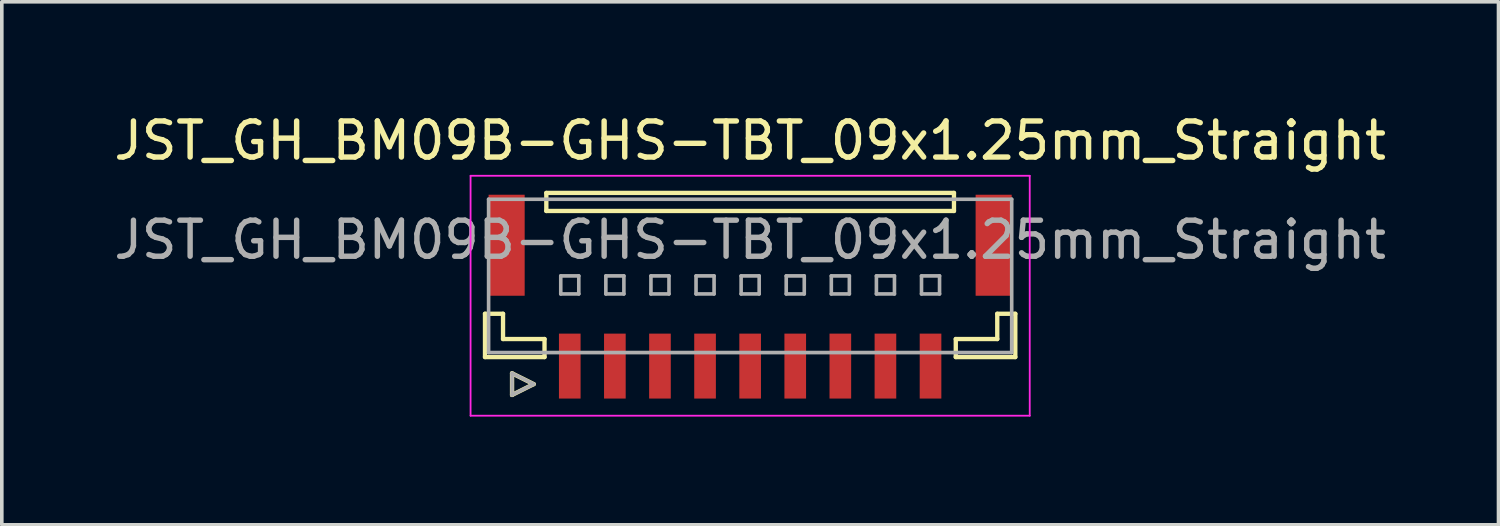
<source format=kicad_pcb>
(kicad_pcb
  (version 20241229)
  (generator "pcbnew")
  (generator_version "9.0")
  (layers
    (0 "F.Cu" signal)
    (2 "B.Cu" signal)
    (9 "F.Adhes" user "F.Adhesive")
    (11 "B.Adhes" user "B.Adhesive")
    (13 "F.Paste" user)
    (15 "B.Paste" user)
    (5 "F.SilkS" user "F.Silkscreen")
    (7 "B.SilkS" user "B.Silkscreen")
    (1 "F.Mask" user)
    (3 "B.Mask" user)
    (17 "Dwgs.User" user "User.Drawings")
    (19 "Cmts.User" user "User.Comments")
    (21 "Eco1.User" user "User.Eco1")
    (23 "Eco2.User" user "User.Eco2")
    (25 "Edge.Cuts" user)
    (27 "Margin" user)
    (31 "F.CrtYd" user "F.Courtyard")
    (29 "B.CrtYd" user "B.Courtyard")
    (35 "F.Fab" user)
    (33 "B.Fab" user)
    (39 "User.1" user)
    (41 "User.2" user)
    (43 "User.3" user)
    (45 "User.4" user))
  (footprint "JST_GH_BM09B-GHS-TBT_09x1.25mm_Straight"
    (layer "F.Cu")
    (at 17.744 5.423)
    (property "Reference" "JST_GH_BM09B-GHS-TBT_09x1.25mm_Straight" (at 0 -4.575 0) (layer "F.SilkS") (effects (font (size 1 1) (thickness 0.15))))
    (attr smd)
    (fp_line (start -7.35 0.225) (end -7.35 1.425) (stroke (width 0.12) (type solid)) (layer "F.SilkS"))
    (fp_line (start -7.35 1.425) (end -5.7 1.425) (stroke (width 0.12) (type solid)) (layer "F.SilkS"))
    (fp_line (start -6.85 0.225) (end -7.35 0.225) (stroke (width 0.12) (type solid)) (layer "F.SilkS"))
    (fp_line (start -6.85 0.925) (end -6.85 0.225) (stroke (width 0.12) (type solid)) (layer "F.SilkS"))
    (fp_line (start -6.6 1.875) (end -6 2.175) (stroke (width 0.12) (type solid)) (layer "F.SilkS"))
    (fp_line (start -6.6 2.475) (end -6.6 1.875) (stroke (width 0.12) (type solid)) (layer "F.SilkS"))
    (fp_line (start -6 2.175) (end -6.6 2.475) (stroke (width 0.12) (type solid)) (layer "F.SilkS"))
    (fp_line (start -5.7 0.925) (end -6.85 0.925) (stroke (width 0.12) (type solid)) (layer "F.SilkS"))
    (fp_line (start -5.7 1.425) (end -5.7 0.925) (stroke (width 0.12) (type solid)) (layer "F.SilkS"))
    (fp_line (start -5.65 -3.125) (end 5.65 -3.125) (stroke (width 0.12) (type solid)) (layer "F.SilkS"))
    (fp_line (start -5.65 -2.625) (end -5.65 -3.125) (stroke (width 0.12) (type solid)) (layer "F.SilkS"))
    (fp_line (start 5.65 -3.125) (end 5.65 -2.625) (stroke (width 0.12) (type solid)) (layer "F.SilkS"))
    (fp_line (start 5.65 -2.625) (end -5.65 -2.625) (stroke (width 0.12) (type solid)) (layer "F.SilkS"))
    (fp_line (start 5.7 0.925) (end 6.85 0.925) (stroke (width 0.12) (type solid)) (layer "F.SilkS"))
    (fp_line (start 5.7 1.425) (end 5.7 0.925) (stroke (width 0.12) (type solid)) (layer "F.SilkS"))
    (fp_line (start 6.85 0.225) (end 7.35 0.225) (stroke (width 0.12) (type solid)) (layer "F.SilkS"))
    (fp_line (start 6.85 0.925) (end 6.85 0.225) (stroke (width 0.12) (type solid)) (layer "F.SilkS"))
    (fp_line (start 7.35 0.225) (end 7.35 1.425) (stroke (width 0.12) (type solid)) (layer "F.SilkS"))
    (fp_line (start 7.35 1.425) (end 5.7 1.425) (stroke (width 0.12) (type solid)) (layer "F.SilkS"))
    (fp_line (start -7.75 -3.6) (end 7.75 -3.6) (stroke (width 0.05) (type solid)) (layer "F.CrtYd"))
    (fp_line (start -7.75 3.05) (end -7.75 -3.6) (stroke (width 0.05) (type solid)) (layer "F.CrtYd"))
    (fp_line (start 7.75 -3.6) (end 7.75 3.05) (stroke (width 0.05) (type solid)) (layer "F.CrtYd"))
    (fp_line (start 7.75 3.05) (end -7.75 3.05) (stroke (width 0.05) (type solid)) (layer "F.CrtYd"))
    (fp_line (start -7.25 -2.95) (end 7.25 -2.95) (stroke (width 0.1) (type solid)) (layer "F.Fab"))
    (fp_line (start -7.25 1.3) (end -7.25 -2.95) (stroke (width 0.1) (type solid)) (layer "F.Fab"))
    (fp_line (start -6.6 1.875) (end -6 2.175) (stroke (width 0.1) (type solid)) (layer "F.Fab"))
    (fp_line (start -6.6 2.475) (end -6.6 1.875) (stroke (width 0.1) (type solid)) (layer "F.Fab"))
    (fp_line (start -6 2.175) (end -6.6 2.475) (stroke (width 0.1) (type solid)) (layer "F.Fab"))
    (fp_line (start -5.25 -0.825) (end -4.75 -0.825) (stroke (width 0.1) (type solid)) (layer "F.Fab"))
    (fp_line (start -5.25 -0.325) (end -5.25 -0.825) (stroke (width 0.1) (type solid)) (layer "F.Fab"))
    (fp_line (start -4.75 -0.825) (end -4.75 -0.325) (stroke (width 0.1) (type solid)) (layer "F.Fab"))
    (fp_line (start -4.75 -0.325) (end -5.25 -0.325) (stroke (width 0.1) (type solid)) (layer "F.Fab"))
    (fp_line (start -4 -0.825) (end -3.5 -0.825) (stroke (width 0.1) (type solid)) (layer "F.Fab"))
    (fp_line (start -4 -0.325) (end -4 -0.825) (stroke (width 0.1) (type solid)) (layer "F.Fab"))
    (fp_line (start -3.5 -0.825) (end -3.5 -0.325) (stroke (width 0.1) (type solid)) (layer "F.Fab"))
    (fp_line (start -3.5 -0.325) (end -4 -0.325) (stroke (width 0.1) (type solid)) (layer "F.Fab"))
    (fp_line (start -2.75 -0.825) (end -2.25 -0.825) (stroke (width 0.1) (type solid)) (layer "F.Fab"))
    (fp_line (start -2.75 -0.325) (end -2.75 -0.825) (stroke (width 0.1) (type solid)) (layer "F.Fab"))
    (fp_line (start -2.25 -0.825) (end -2.25 -0.325) (stroke (width 0.1) (type solid)) (layer "F.Fab"))
    (fp_line (start -2.25 -0.325) (end -2.75 -0.325) (stroke (width 0.1) (type solid)) (layer "F.Fab"))
    (fp_line (start -1.5 -0.825) (end -1 -0.825) (stroke (width 0.1) (type solid)) (layer "F.Fab"))
    (fp_line (start -1.5 -0.325) (end -1.5 -0.825) (stroke (width 0.1) (type solid)) (layer "F.Fab"))
    (fp_line (start -1 -0.825) (end -1 -0.325) (stroke (width 0.1) (type solid)) (layer "F.Fab"))
    (fp_line (start -1 -0.325) (end -1.5 -0.325) (stroke (width 0.1) (type solid)) (layer "F.Fab"))
    (fp_line (start -0.25 -0.825) (end 0.25 -0.825) (stroke (width 0.1) (type solid)) (layer "F.Fab"))
    (fp_line (start -0.25 -0.325) (end -0.25 -0.825) (stroke (width 0.1) (type solid)) (layer "F.Fab"))
    (fp_line (start 0.25 -0.825) (end 0.25 -0.325) (stroke (width 0.1) (type solid)) (layer "F.Fab"))
    (fp_line (start 0.25 -0.325) (end -0.25 -0.325) (stroke (width 0.1) (type solid)) (layer "F.Fab"))
    (fp_line (start 1 -0.825) (end 1.5 -0.825) (stroke (width 0.1) (type solid)) (layer "F.Fab"))
    (fp_line (start 1 -0.325) (end 1 -0.825) (stroke (width 0.1) (type solid)) (layer "F.Fab"))
    (fp_line (start 1.5 -0.825) (end 1.5 -0.325) (stroke (width 0.1) (type solid)) (layer "F.Fab"))
    (fp_line (start 1.5 -0.325) (end 1 -0.325) (stroke (width 0.1) (type solid)) (layer "F.Fab"))
    (fp_line (start 2.25 -0.825) (end 2.75 -0.825) (stroke (width 0.1) (type solid)) (layer "F.Fab"))
    (fp_line (start 2.25 -0.325) (end 2.25 -0.825) (stroke (width 0.1) (type solid)) (layer "F.Fab"))
    (fp_line (start 2.75 -0.825) (end 2.75 -0.325) (stroke (width 0.1) (type solid)) (layer "F.Fab"))
    (fp_line (start 2.75 -0.325) (end 2.25 -0.325) (stroke (width 0.1) (type solid)) (layer "F.Fab"))
    (fp_line (start 3.5 -0.825) (end 4 -0.825) (stroke (width 0.1) (type solid)) (layer "F.Fab"))
    (fp_line (start 3.5 -0.325) (end 3.5 -0.825) (stroke (width 0.1) (type solid)) (layer "F.Fab"))
    (fp_line (start 4 -0.825) (end 4 -0.325) (stroke (width 0.1) (type solid)) (layer "F.Fab"))
    (fp_line (start 4 -0.325) (end 3.5 -0.325) (stroke (width 0.1) (type solid)) (layer "F.Fab"))
    (fp_line (start 4.75 -0.825) (end 5.25 -0.825) (stroke (width 0.1) (type solid)) (layer "F.Fab"))
    (fp_line (start 4.75 -0.325) (end 4.75 -0.825) (stroke (width 0.1) (type solid)) (layer "F.Fab"))
    (fp_line (start 5.25 -0.825) (end 5.25 -0.325) (stroke (width 0.1) (type solid)) (layer "F.Fab"))
    (fp_line (start 5.25 -0.325) (end 4.75 -0.325) (stroke (width 0.1) (type solid)) (layer "F.Fab"))
    (fp_line (start 7.25 -2.95) (end 7.25 1.3) (stroke (width 0.1) (type solid)) (layer "F.Fab"))
    (fp_line (start 7.25 1.3) (end -7.25 1.3) (stroke (width 0.1) (type solid)) (layer "F.Fab"))
    (fp_text user "${REFERENCE}" (at 0 -1.825 0) (layer "F.Fab") (effects (font (size 1 1) (thickness 0.15))))
    (pad "" smd rect (at -6.75 -1.675) (size 1 2.8) (layers "F.Cu" "F.Mask" "F.Paste"))
    (pad "" smd rect (at 6.75 -1.675) (size 1 2.8) (layers "F.Cu" "F.Mask" "F.Paste"))
    (pad "1" smd rect (at -5 1.675) (size 0.6 1.8) (layers "F.Cu" "F.Mask" "F.Paste"))
    (pad "2" smd rect (at -3.75 1.675) (size 0.6 1.8) (layers "F.Cu" "F.Mask" "F.Paste"))
    (pad "3" smd rect (at -2.5 1.675) (size 0.6 1.8) (layers "F.Cu" "F.Mask" "F.Paste"))
    (pad "4" smd rect (at -1.25 1.675) (size 0.6 1.8) (layers "F.Cu" "F.Mask" "F.Paste"))
    (pad "5" smd rect (at 0 1.675) (size 0.6 1.8) (layers "F.Cu" "F.Mask" "F.Paste"))
    (pad "6" smd rect (at 1.25 1.675) (size 0.6 1.8) (layers "F.Cu" "F.Mask" "F.Paste"))
    (pad "7" smd rect (at 2.5 1.675) (size 0.6 1.8) (layers "F.Cu" "F.Mask" "F.Paste"))
    (pad "8" smd rect (at 3.75 1.675) (size 0.6 1.8) (layers "F.Cu" "F.Mask" "F.Paste"))
    (pad "9" smd rect (at 5 1.675) (size 0.6 1.8) (layers "F.Cu" "F.Mask" "F.Paste")))
  (gr_rect
    (start -3 -3)
    (end 38.488 11.498)
    (stroke (width 0.1) (type default))
    (fill no)
    (layer "Edge.Cuts")))
</source>
